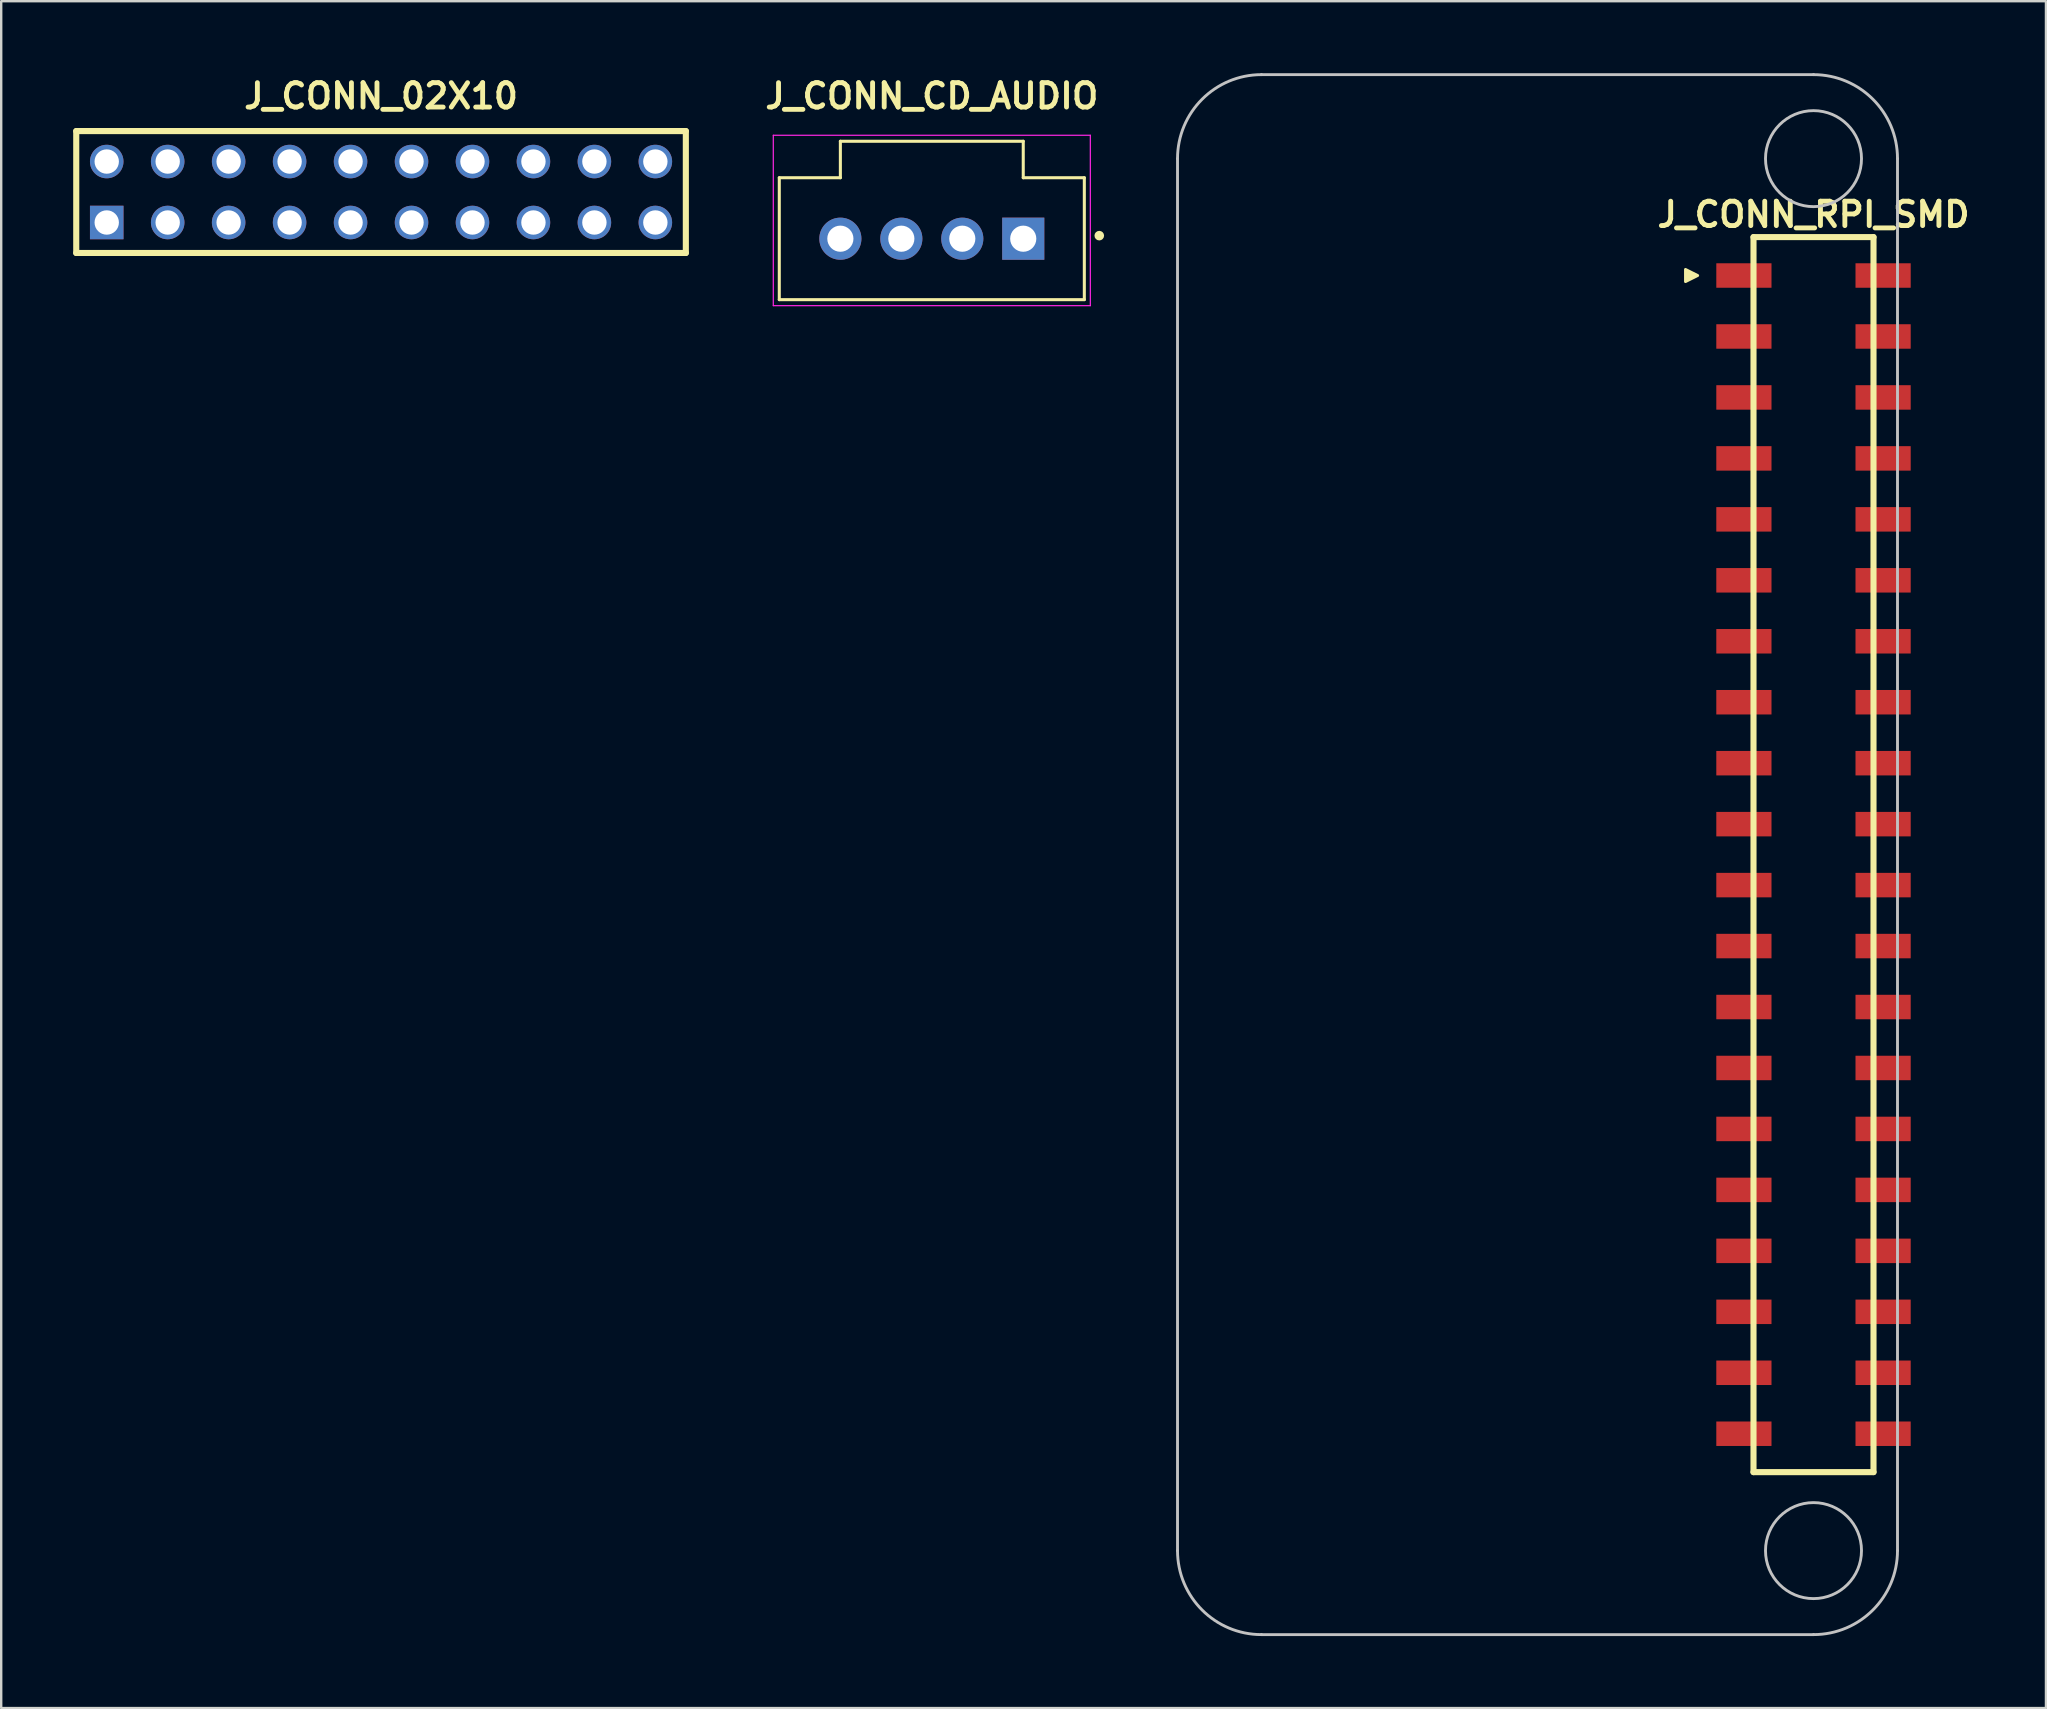
<source format=kicad_pcb>
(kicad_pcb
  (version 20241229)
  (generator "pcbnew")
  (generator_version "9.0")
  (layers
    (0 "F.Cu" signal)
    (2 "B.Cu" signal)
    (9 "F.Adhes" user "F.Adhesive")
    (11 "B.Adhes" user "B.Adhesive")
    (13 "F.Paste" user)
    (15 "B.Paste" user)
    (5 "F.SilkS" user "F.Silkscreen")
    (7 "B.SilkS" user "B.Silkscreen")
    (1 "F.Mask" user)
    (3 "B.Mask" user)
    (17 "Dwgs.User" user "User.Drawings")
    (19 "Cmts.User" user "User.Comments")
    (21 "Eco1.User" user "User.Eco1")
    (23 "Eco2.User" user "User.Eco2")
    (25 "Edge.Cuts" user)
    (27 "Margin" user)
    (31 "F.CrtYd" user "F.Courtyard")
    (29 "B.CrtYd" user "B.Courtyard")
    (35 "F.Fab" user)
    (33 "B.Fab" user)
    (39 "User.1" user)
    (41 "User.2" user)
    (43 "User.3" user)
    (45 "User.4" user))
  (footprint "J_CONN_CD_AUDIO"
    (layer "F.Cu")
    (at 35.776 6.896)
    (property "Reference" "J_CONN_CD_AUDIO" (at 0 -5.945 0) (layer "F.SilkS") (effects (font (size 1.016 1.016) (thickness 0.203))))
    (attr through_hole)
    (fp_line (start -6.355 -2.54) (end -6.355 2.54) (stroke (width 0.127) (type solid)) (layer "F.SilkS"))
    (fp_line (start -6.355 2.54) (end 6.355 2.54) (stroke (width 0.127) (type solid)) (layer "F.SilkS"))
    (fp_line (start -3.81 -4.06) (end -3.81 -2.54) (stroke (width 0.127) (type solid)) (layer "F.SilkS"))
    (fp_line (start -3.81 -2.54) (end -6.355 -2.54) (stroke (width 0.127) (type solid)) (layer "F.SilkS"))
    (fp_line (start 3.81 -4.06) (end -3.81 -4.06) (stroke (width 0.127) (type solid)) (layer "F.SilkS"))
    (fp_line (start 3.81 -2.54) (end 3.81 -4.06) (stroke (width 0.127) (type solid)) (layer "F.SilkS"))
    (fp_line (start 6.355 -2.54) (end 3.81 -2.54) (stroke (width 0.127) (type solid)) (layer "F.SilkS"))
    (fp_line (start 6.355 2.54) (end 6.355 -2.54) (stroke (width 0.127) (type solid)) (layer "F.SilkS"))
    (fp_circle (center 6.978 -0.127) (end 7.078 -0.127) (stroke (width 0.2) (type solid)) (fill no) (layer "F.SilkS"))
    (fp_line (start -6.605 -4.31) (end -6.605 2.79) (stroke (width 0.05) (type solid)) (layer "F.CrtYd"))
    (fp_line (start -6.605 2.79) (end 6.605 2.79) (stroke (width 0.05) (type solid)) (layer "F.CrtYd"))
    (fp_line (start 6.605 -4.31) (end -6.605 -4.31) (stroke (width 0.05) (type solid)) (layer "F.CrtYd"))
    (fp_line (start 6.605 2.79) (end 6.605 -4.31) (stroke (width 0.05) (type solid)) (layer "F.CrtYd"))
    (pad "1" thru_hole rect (at 3.81 0) (size 1.755 1.755) (drill 1.09) (layers "*.Cu" "*.Mask"))
    (pad "2" thru_hole circle (at 1.27 0) (size 1.755 1.755) (drill 1.09) (layers "*.Cu" "*.Mask"))
    (pad "3" thru_hole circle (at -1.27 0) (size 1.755 1.755) (drill 1.09) (layers "*.Cu" "*.Mask"))
    (pad "4" thru_hole circle (at -3.81 0) (size 1.755 1.755) (drill 1.09) (layers "*.Cu" "*.Mask")))
  (footprint "J_CONN_RPI_SMD"
    (layer "F.Cu")
    (at 72.514 32.56)
    (property "Reference" "J_CONN_RPI_SMD" (at 0 -26.67 180) (layer "F.SilkS") (effects (font (size 1.016 1.016) (thickness 0.203))))
    (property "Value" "${VALUE}" (at 0 26.67 0) (layer "F.SilkS") (hide yes) (effects (font (size 1.016 0.914) (thickness 0.203) (italic yes))))
    (attr smd)
    (fp_line (start -2.5 -25.73) (end -2.5 25.73) (stroke (width 0.254) (type solid)) (layer "F.SilkS"))
    (fp_line (start -2.5 25.73) (end 2.5 25.73) (stroke (width 0.254) (type solid)) (layer "F.SilkS"))
    (fp_line (start 2.5 -25.73) (end -2.5 -25.73) (stroke (width 0.254) (type solid)) (layer "F.SilkS"))
    (fp_line (start 2.5 -25.73) (end 2.5 25.73) (stroke (width 0.254) (type solid)) (layer "F.SilkS"))
    (fp_poly (pts (xy -4.826 -24.13) (xy -5.334 -24.384) (xy -5.334 -23.876)) (stroke (width 0.12) (type solid)) (fill yes) (layer "F.SilkS"))
    (fp_line (start -26.5 -29) (end -26.5 29) (stroke (width 0.12) (type solid)) (layer "Dwgs.User"))
    (fp_line (start 0 -32.5) (end -23 -32.5) (stroke (width 0.12) (type solid)) (layer "Dwgs.User"))
    (fp_line (start 0 32.5) (end -23 32.5) (stroke (width 0.12) (type solid)) (layer "Dwgs.User"))
    (fp_line (start 3.5 -29) (end 3.5 29) (stroke (width 0.12) (type solid)) (layer "Dwgs.User"))
    (fp_arc (start -26.5 -29) (mid -25.474874 -31.474874) (end -23 -32.5) (stroke (width 0.12) (type solid)) (layer "Dwgs.User"))
    (fp_arc (start -23 32.5) (mid -25.474874 31.474874) (end -26.5 29) (stroke (width 0.12) (type solid)) (layer "Dwgs.User"))
    (fp_arc (start 0 -32.5) (mid 2.474874 -31.474874) (end 3.5 -29) (stroke (width 0.12) (type solid)) (layer "Dwgs.User"))
    (fp_arc (start 3.5 29) (mid 2.474874 31.474874) (end 0 32.5) (stroke (width 0.12) (type solid)) (layer "Dwgs.User"))
    (fp_circle (center 0 -29) (end 2 -29) (stroke (width 0.12) (type solid)) (fill no) (layer "Dwgs.User"))
    (fp_circle (center 0 29) (end 2 29) (stroke (width 0.12) (type solid)) (fill no) (layer "Dwgs.User"))
    (pad "1" smd rect (at -2.9 -24.13) (size 2.3 1.02) (layers "F.Cu" "F.Mask" "F.Paste"))
    (pad "2" smd rect (at 2.9 -24.13) (size 2.3 1.02) (layers "F.Cu" "F.Mask" "F.Paste"))
    (pad "3" smd rect (at -2.9 -21.59) (size 2.3 1.02) (layers "F.Cu" "F.Mask" "F.Paste"))
    (pad "4" smd rect (at 2.9 -21.59) (size 2.3 1.02) (layers "F.Cu" "F.Mask" "F.Paste"))
    (pad "5" smd rect (at -2.9 -19.05) (size 2.3 1.02) (layers "F.Cu" "F.Mask" "F.Paste"))
    (pad "6" smd rect (at 2.9 -19.05) (size 2.3 1.02) (layers "F.Cu" "F.Mask" "F.Paste"))
    (pad "7" smd rect (at -2.9 -16.51) (size 2.3 1.02) (layers "F.Cu" "F.Mask" "F.Paste"))
    (pad "8" smd rect (at 2.9 -16.51) (size 2.3 1.02) (layers "F.Cu" "F.Mask" "F.Paste"))
    (pad "9" smd rect (at -2.9 -13.97) (size 2.3 1.02) (layers "F.Cu" "F.Mask" "F.Paste"))
    (pad "10" smd rect (at 2.9 -13.97) (size 2.3 1.02) (layers "F.Cu" "F.Mask" "F.Paste"))
    (pad "11" smd rect (at -2.9 -11.43) (size 2.3 1.02) (layers "F.Cu" "F.Mask" "F.Paste"))
    (pad "12" smd rect (at 2.9 -11.43) (size 2.3 1.02) (layers "F.Cu" "F.Mask" "F.Paste"))
    (pad "13" smd rect (at -2.9 -8.89) (size 2.3 1.02) (layers "F.Cu" "F.Mask" "F.Paste"))
    (pad "14" smd rect (at 2.9 -8.89) (size 2.3 1.02) (layers "F.Cu" "F.Mask" "F.Paste"))
    (pad "15" smd rect (at -2.9 -6.35) (size 2.3 1.02) (layers "F.Cu" "F.Mask" "F.Paste"))
    (pad "16" smd rect (at 2.9 -6.35) (size 2.3 1.02) (layers "F.Cu" "F.Mask" "F.Paste"))
    (pad "17" smd rect (at -2.9 -3.81) (size 2.3 1.02) (layers "F.Cu" "F.Mask" "F.Paste"))
    (pad "18" smd rect (at 2.9 -3.81) (size 2.3 1.02) (layers "F.Cu" "F.Mask" "F.Paste"))
    (pad "19" smd rect (at -2.9 -1.27) (size 2.3 1.02) (layers "F.Cu" "F.Mask" "F.Paste"))
    (pad "20" smd rect (at 2.9 -1.27) (size 2.3 1.02) (layers "F.Cu" "F.Mask" "F.Paste"))
    (pad "21" smd rect (at -2.9 1.27) (size 2.3 1.02) (layers "F.Cu" "F.Mask" "F.Paste"))
    (pad "22" smd rect (at 2.9 1.27) (size 2.3 1.02) (layers "F.Cu" "F.Mask" "F.Paste"))
    (pad "23" smd rect (at -2.9 3.81) (size 2.3 1.02) (layers "F.Cu" "F.Mask" "F.Paste"))
    (pad "24" smd rect (at 2.9 3.81) (size 2.3 1.02) (layers "F.Cu" "F.Mask" "F.Paste"))
    (pad "25" smd rect (at -2.9 6.35) (size 2.3 1.02) (layers "F.Cu" "F.Mask" "F.Paste"))
    (pad "26" smd rect (at 2.9 6.35) (size 2.3 1.02) (layers "F.Cu" "F.Mask" "F.Paste"))
    (pad "27" smd rect (at -2.9 8.89) (size 2.3 1.02) (layers "F.Cu" "F.Mask" "F.Paste"))
    (pad "28" smd rect (at 2.9 8.89) (size 2.3 1.02) (layers "F.Cu" "F.Mask" "F.Paste"))
    (pad "29" smd rect (at -2.9 11.43) (size 2.3 1.02) (layers "F.Cu" "F.Mask" "F.Paste"))
    (pad "30" smd rect (at 2.9 11.43) (size 2.3 1.02) (layers "F.Cu" "F.Mask" "F.Paste"))
    (pad "31" smd rect (at -2.9 13.97) (size 2.3 1.02) (layers "F.Cu" "F.Mask" "F.Paste"))
    (pad "32" smd rect (at 2.9 13.97) (size 2.3 1.02) (layers "F.Cu" "F.Mask" "F.Paste"))
    (pad "33" smd rect (at -2.9 16.51) (size 2.3 1.02) (layers "F.Cu" "F.Mask" "F.Paste"))
    (pad "34" smd rect (at 2.9 16.51) (size 2.3 1.02) (layers "F.Cu" "F.Mask" "F.Paste"))
    (pad "35" smd rect (at -2.9 19.05) (size 2.3 1.02) (layers "F.Cu" "F.Mask" "F.Paste"))
    (pad "36" smd rect (at 2.9 19.05) (size 2.3 1.02) (layers "F.Cu" "F.Mask" "F.Paste"))
    (pad "37" smd rect (at -2.9 21.59) (size 2.3 1.02) (layers "F.Cu" "F.Mask" "F.Paste"))
    (pad "38" smd rect (at 2.9 21.59) (size 2.3 1.02) (layers "F.Cu" "F.Mask" "F.Paste"))
    (pad "39" smd rect (at -2.9 24.13) (size 2.3 1.02) (layers "F.Cu" "F.Mask" "F.Paste"))
    (pad "40" smd rect (at 2.9 24.13) (size 2.3 1.02) (layers "F.Cu" "F.Mask" "F.Paste")))
  (footprint "J_CONN_02X10"
    (layer "F.Cu")
    (at 12.827 4.951)
    (property "Reference" "J_CONN_02X10" (at 0 -4 180) (layer "F.SilkS") (effects (font (size 1.016 1.016) (thickness 0.203))))
    (property "Value" "${VALUE}" (at 0 4 0) (layer "F.SilkS") (hide yes) (effects (font (size 1.016 0.914) (thickness 0.203) (italic yes))))
    (attr through_hole)
    (fp_line (start -12.7 -2.54) (end 12.7 -2.54) (stroke (width 0.254) (type solid)) (layer "F.SilkS"))
    (fp_line (start -12.7 2.54) (end -12.7 -2.54) (stroke (width 0.254) (type solid)) (layer "F.SilkS"))
    (fp_line (start 12.7 -2.54) (end 12.7 2.54) (stroke (width 0.254) (type solid)) (layer "F.SilkS"))
    (fp_line (start 12.7 2.54) (end -12.7 2.54) (stroke (width 0.254) (type solid)) (layer "F.SilkS"))
    (pad "1" thru_hole rect (at -11.43 1.27) (size 1.397 1.397) (drill 1.016) (layers "*.Cu" "*.Mask"))
    (pad "2" thru_hole circle (at -11.43 -1.27) (size 1.397 1.397) (drill 1.016) (layers "*.Cu" "*.Mask"))
    (pad "3" thru_hole circle (at -8.89 1.27) (size 1.397 1.397) (drill 1.016) (layers "*.Cu" "*.Mask"))
    (pad "4" thru_hole circle (at -8.89 -1.27) (size 1.397 1.397) (drill 1.016) (layers "*.Cu" "*.Mask"))
    (pad "5" thru_hole circle (at -6.35 1.27) (size 1.397 1.397) (drill 1.016) (layers "*.Cu" "*.Mask"))
    (pad "6" thru_hole circle (at -6.35 -1.27) (size 1.397 1.397) (drill 1.016) (layers "*.Cu" "*.Mask"))
    (pad "7" thru_hole circle (at -3.81 1.27) (size 1.397 1.397) (drill 1.016) (layers "*.Cu" "*.Mask"))
    (pad "8" thru_hole circle (at -3.81 -1.27) (size 1.397 1.397) (drill 1.016) (layers "*.Cu" "*.Mask"))
    (pad "9" thru_hole circle (at -1.27 1.27) (size 1.397 1.397) (drill 1.016) (layers "*.Cu" "*.Mask"))
    (pad "10" thru_hole circle (at -1.27 -1.27) (size 1.397 1.397) (drill 1.016) (layers "*.Cu" "*.Mask"))
    (pad "11" thru_hole circle (at 1.27 1.27) (size 1.397 1.397) (drill 1.016) (layers "*.Cu" "*.Mask"))
    (pad "12" thru_hole circle (at 1.27 -1.27) (size 1.397 1.397) (drill 1.016) (layers "*.Cu" "*.Mask"))
    (pad "13" thru_hole circle (at 3.81 1.27) (size 1.397 1.397) (drill 1.016) (layers "*.Cu" "*.Mask"))
    (pad "14" thru_hole circle (at 3.81 -1.27) (size 1.397 1.397) (drill 1.016) (layers "*.Cu" "*.Mask"))
    (pad "15" thru_hole circle (at 6.35 1.27) (size 1.397 1.397) (drill 1.016) (layers "*.Cu" "*.Mask"))
    (pad "16" thru_hole circle (at 6.35 -1.27) (size 1.397 1.397) (drill 1.016) (layers "*.Cu" "*.Mask"))
    (pad "17" thru_hole circle (at 8.89 1.27) (size 1.397 1.397) (drill 1.016) (layers "*.Cu" "*.Mask"))
    (pad "18" thru_hole circle (at 8.89 -1.27) (size 1.397 1.397) (drill 1.016) (layers "*.Cu" "*.Mask"))
    (pad "19" thru_hole circle (at 11.43 1.27) (size 1.397 1.397) (drill 1.016) (layers "*.Cu" "*.Mask"))
    (pad "20" thru_hole circle (at 11.43 -1.27) (size 1.397 1.397) (drill 1.016) (layers "*.Cu" "*.Mask")))
  (gr_rect
    (start -3 -3)
    (end 82.2 68.12)
    (stroke (width 0.1) (type default))
    (fill no)
    (layer "Edge.Cuts")))
</source>
